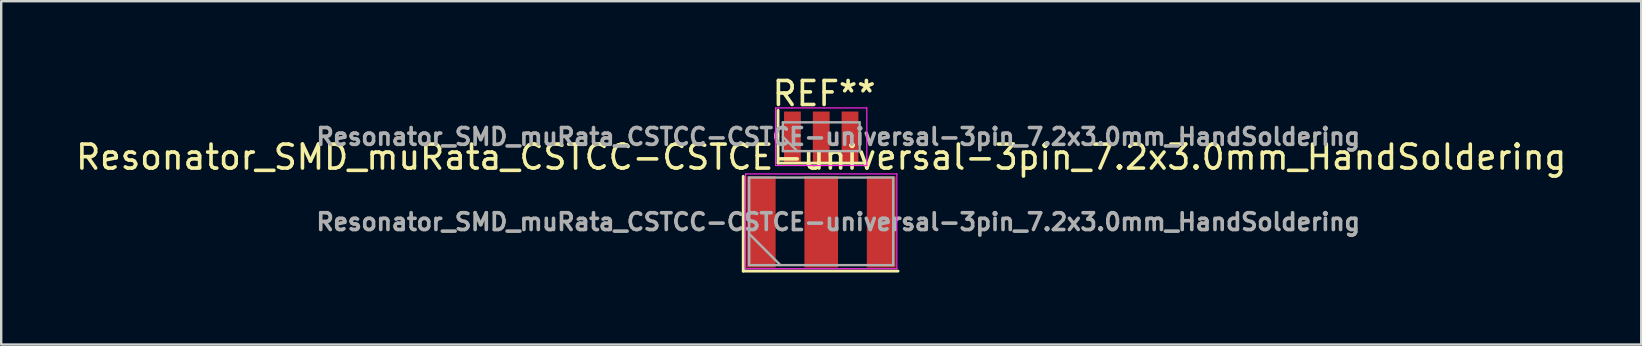
<source format=kicad_pcb>
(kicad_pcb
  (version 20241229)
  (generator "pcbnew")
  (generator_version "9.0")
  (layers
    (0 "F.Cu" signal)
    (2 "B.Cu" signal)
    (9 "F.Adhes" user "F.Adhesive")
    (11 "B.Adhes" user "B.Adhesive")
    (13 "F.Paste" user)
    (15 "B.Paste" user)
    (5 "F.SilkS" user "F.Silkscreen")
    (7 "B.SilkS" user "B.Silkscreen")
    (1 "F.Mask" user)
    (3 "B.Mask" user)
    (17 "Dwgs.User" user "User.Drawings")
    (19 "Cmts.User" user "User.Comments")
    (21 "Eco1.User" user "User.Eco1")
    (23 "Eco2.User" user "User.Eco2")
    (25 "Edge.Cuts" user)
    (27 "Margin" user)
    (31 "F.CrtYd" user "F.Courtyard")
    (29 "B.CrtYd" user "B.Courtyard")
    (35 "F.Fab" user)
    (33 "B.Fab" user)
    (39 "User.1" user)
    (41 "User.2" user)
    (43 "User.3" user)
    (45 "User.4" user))
  (footprint "Resonator_SMD_muRata_CSTCC-CSTCE-universal-3pin_7.2x3.0mm_HandSoldering"
    (layer "F.Cu")
    (at 31.173 6.198)
    (property "Reference" "Resonator_SMD_muRata_CSTCC-CSTCE-universal-3pin_7.2x3.0mm_HandSoldering" (at 0 -2.7 0) (layer "F.SilkS") (effects (font (size 1 1) (thickness 0.15))))
    (attr smd)
    (fp_line (start -3.25 -1.9) (end -3.25 2.05) (stroke (width 0.12) (type solid)) (layer "F.SilkS"))
    (fp_line (start -3.25 2.05) (end 3.2 2.05) (stroke (width 0.12) (type solid)) (layer "F.SilkS"))
    (fp_line (start -1.8 -4.65) (end -1.8 -2.45) (stroke (width 0.12) (type solid)) (layer "F.SilkS"))
    (fp_line (start -1.8 -2.45) (end 1.8 -2.45) (stroke (width 0.12) (type solid)) (layer "F.SilkS"))
    (fp_line (start -3.15 -2) (end -3.15 1.95) (stroke (width 0.05) (type solid)) (layer "F.CrtYd"))
    (fp_line (start -3.15 1.95) (end 3.15 1.95) (stroke (width 0.05) (type solid)) (layer "F.CrtYd"))
    (fp_line (start -1.9 -4.75) (end -1.9 -2.35) (stroke (width 0.05) (type solid)) (layer "F.CrtYd"))
    (fp_line (start -1.9 -2.35) (end 1.9 -2.35) (stroke (width 0.05) (type solid)) (layer "F.CrtYd"))
    (fp_line (start 1.9 -4.75) (end -1.9 -4.75) (stroke (width 0.05) (type solid)) (layer "F.CrtYd"))
    (fp_line (start 1.9 -2.35) (end 1.9 -4.75) (stroke (width 0.05) (type solid)) (layer "F.CrtYd"))
    (fp_line (start 3.15 -2) (end -3.15 -2) (stroke (width 0.05) (type solid)) (layer "F.CrtYd"))
    (fp_line (start 3.15 1.95) (end 3.15 -2) (stroke (width 0.05) (type solid)) (layer "F.CrtYd"))
    (fp_line (start -3 -1.85) (end -3 1.8) (stroke (width 0.1) (type solid)) (layer "F.Fab"))
    (fp_line (start -3 0.5) (end -1.7 1.8) (stroke (width 0.1) (type solid)) (layer "F.Fab"))
    (fp_line (start -3 1.8) (end 3 1.8) (stroke (width 0.1) (type solid)) (layer "F.Fab"))
    (fp_line (start -1.6 -4.15) (end -1.6 -2.95) (stroke (width 0.1) (type solid)) (layer "F.Fab"))
    (fp_line (start -1.6 -3.55) (end -1 -2.95) (stroke (width 0.1) (type solid)) (layer "F.Fab"))
    (fp_line (start -1.6 -2.95) (end 1.6 -2.95) (stroke (width 0.1) (type solid)) (layer "F.Fab"))
    (fp_line (start 1.6 -4.15) (end -1.6 -4.15) (stroke (width 0.1) (type solid)) (layer "F.Fab"))
    (fp_line (start 1.6 -2.95) (end 1.6 -4.15) (stroke (width 0.1) (type solid)) (layer "F.Fab"))
    (fp_line (start 3 -1.85) (end -3 -1.85) (stroke (width 0.1) (type solid)) (layer "F.Fab"))
    (fp_line (start 3 1.8) (end 3 -1.85) (stroke (width 0.1) (type solid)) (layer "F.Fab"))
    (fp_text user "REF**" (at 0.12 -5.35 0) (layer "F.SilkS") (effects (font (size 1 1) (thickness 0.15))))
    (fp_text user "${REFERENCE}" (at 0.71 -3.55 0) (layer "F.Fab") (effects (font (size 0.7 0.7) (thickness 0.15))))
    (fp_text user "${REFERENCE}" (at 0.71 0 0) (layer "F.Fab") (effects (font (size 0.7 0.7) (thickness 0.15))))
    (pad "1" smd rect (at -2.5 0) (size 1.2 3.8) (layers "F.Cu" "F.Mask" "F.Paste"))
    (pad "1" smd rect (at -1.2 -3.55) (size 0.7 2.1) (layers "F.Cu" "F.Mask" "F.Paste"))
    (pad "2" smd rect (at 0 -3.55) (size 0.7 2.1) (layers "F.Cu" "F.Mask" "F.Paste"))
    (pad "2" smd rect (at 0 0) (size 1.4 3.8) (layers "F.Cu" "F.Mask" "F.Paste"))
    (pad "3" smd rect (at 1.2 -3.55) (size 0.7 2.1) (layers "F.Cu" "F.Mask" "F.Paste"))
    (pad "3" smd rect (at 2.5 0) (size 1.2 3.8) (layers "F.Cu" "F.Mask" "F.Paste")))
  (gr_rect
    (start -3 -3)
    (end 65.345 11.308)
    (stroke (width 0.1) (type default))
    (fill no)
    (layer "Edge.Cuts")))
</source>
